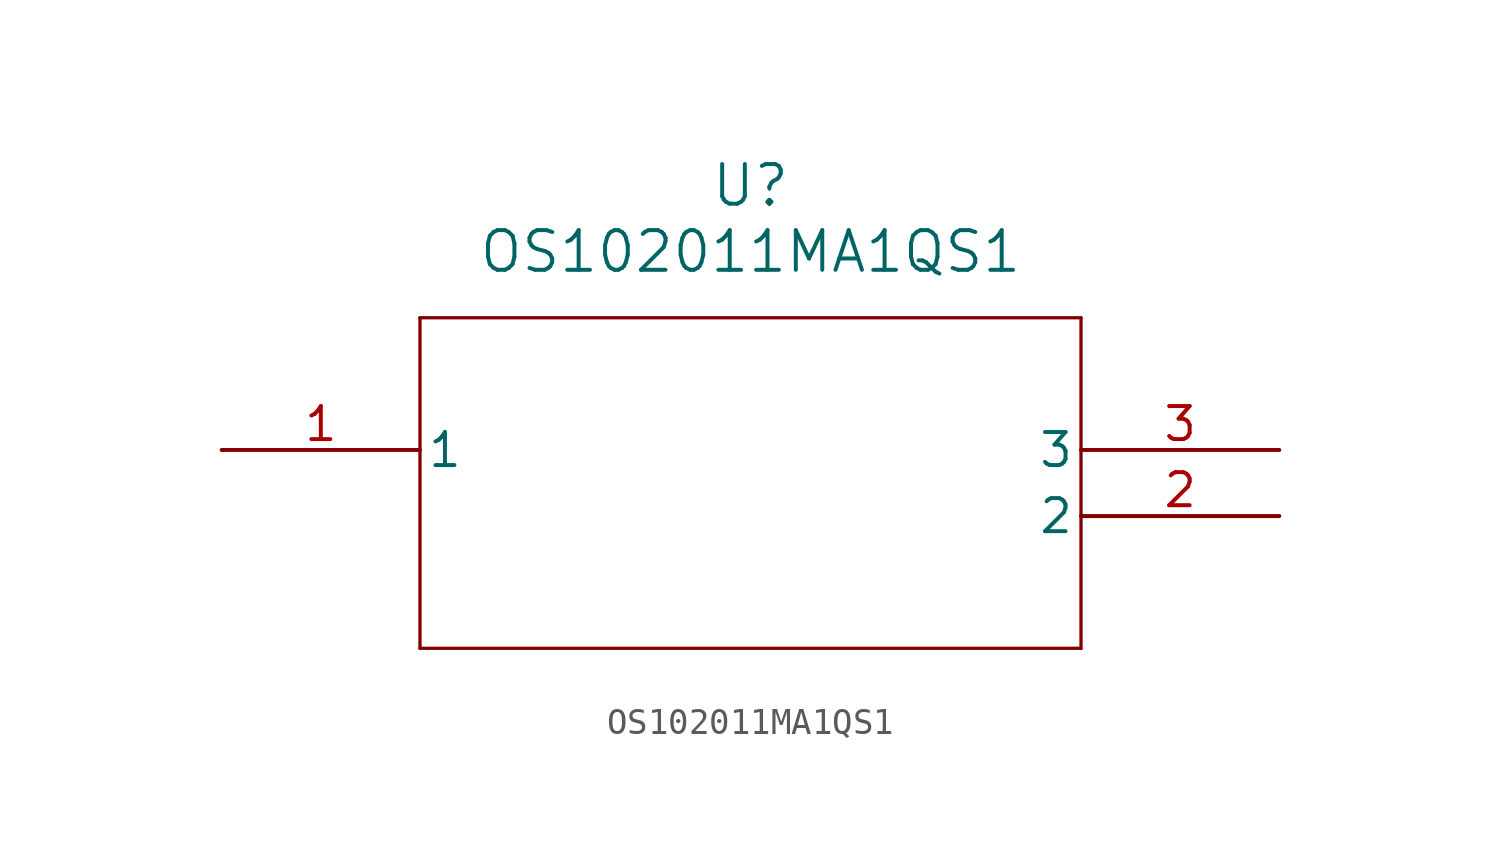
<source format=kicad_sym>
(kicad_symbol_lib
  (version 20211014)
  (generator kicad_symbol_editor)
  (symbol "OS102011MA1QS1"
    (pin_names
      (offset 0.254))
    (property "Reference" "U"
      (at 20.32 10.16 0)
      (effects (font (size 1.524 1.524))))
    (property "Value" "OS102011MA1QS1"
      (at 20.32 7.62 0)
      (effects (font (size 1.524 1.524))))
    (symbol "OS102011MA1QS1_0_1"
      (polyline (pts (xy 7.62 5.08) (xy 7.62 -7.62)) (stroke (width 0.127) (type default) (color 0 0 0 0)) (fill (type none)))
      (polyline (pts (xy 7.62 -7.62) (xy 33.02 -7.62)) (stroke (width 0.127) (type default) (color 0 0 0 0)) (fill (type none)))
      (polyline (pts (xy 33.02 -7.62) (xy 33.02 5.08)) (stroke (width 0.127) (type default) (color 0 0 0 0)) (fill (type none)))
      (polyline (pts (xy 33.02 5.08) (xy 7.62 5.08)) (stroke (width 0.127) (type default) (color 0 0 0 0)) (fill (type none)))
      (pin unspecified line (at 0 0 0) (length 7.62) (name "1" (effects (font (size 1.27 1.27)))) (number "1" (effects (font (size 1.27 1.27)))))
      (pin unspecified line (at 40.64 -2.54 180) (length 7.62) (name "2" (effects (font (size 1.27 1.27)))) (number "2" (effects (font (size 1.27 1.27)))))
      (pin unspecified line (at 40.64 0 180) (length 7.62) (name "3" (effects (font (size 1.27 1.27)))) (number "3" (effects (font (size 1.27 1.27))))))))
</source>
